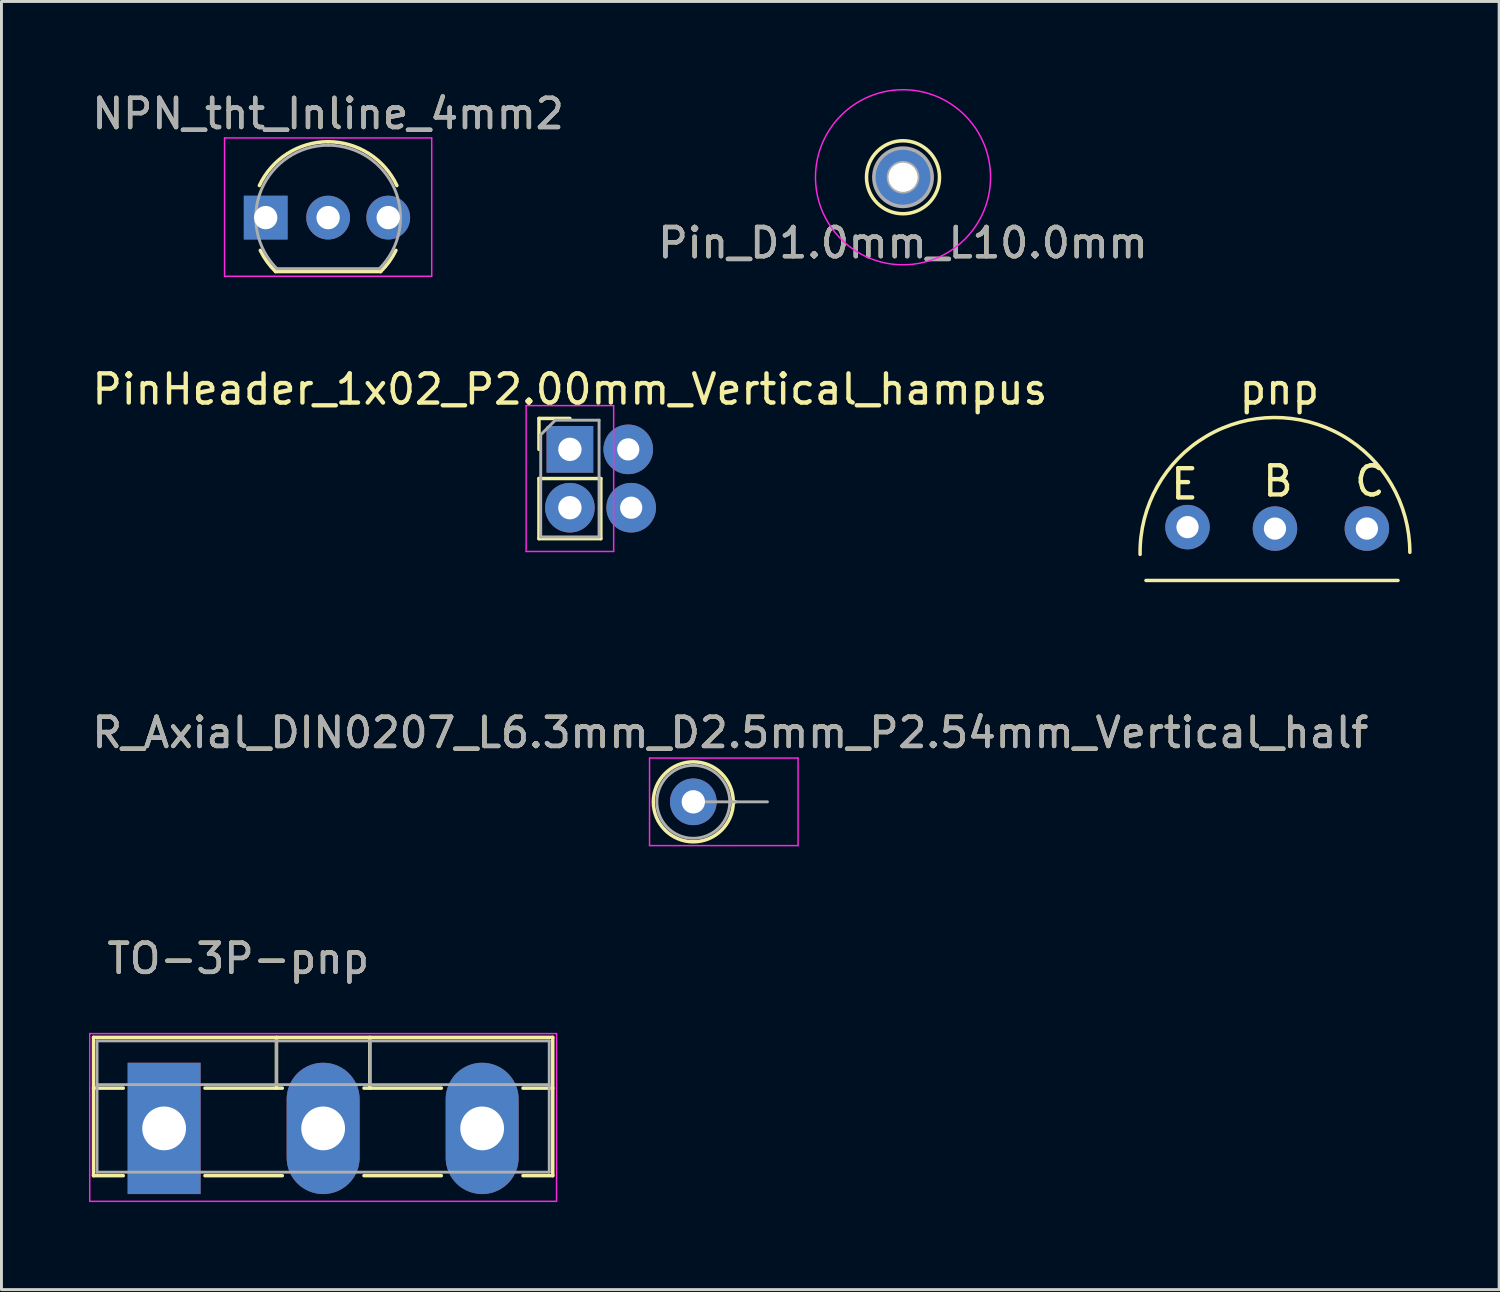
<source format=kicad_pcb>
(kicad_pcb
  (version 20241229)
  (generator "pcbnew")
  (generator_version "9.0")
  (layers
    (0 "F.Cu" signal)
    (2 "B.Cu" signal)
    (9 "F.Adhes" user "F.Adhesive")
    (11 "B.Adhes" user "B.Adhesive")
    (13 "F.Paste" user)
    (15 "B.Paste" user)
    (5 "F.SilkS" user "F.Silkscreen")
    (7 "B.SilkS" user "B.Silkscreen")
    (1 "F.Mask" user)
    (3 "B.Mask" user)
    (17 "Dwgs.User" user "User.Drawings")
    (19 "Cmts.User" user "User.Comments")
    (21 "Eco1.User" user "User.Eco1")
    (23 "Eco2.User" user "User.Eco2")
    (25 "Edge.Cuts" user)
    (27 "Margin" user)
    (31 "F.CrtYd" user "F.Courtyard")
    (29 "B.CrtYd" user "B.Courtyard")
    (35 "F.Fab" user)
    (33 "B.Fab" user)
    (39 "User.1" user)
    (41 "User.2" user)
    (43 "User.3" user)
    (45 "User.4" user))
  (footprint "Pin_D1.0mm_L10.0mm"
    (layer "F.Cu")
    (at 27.899 3.025)
    (property "Reference" "Pin_D1.0mm_L10.0mm" (at 0 2.25 0) (layer "F.SilkS") (effects (font (size 1 1) (thickness 0.15))))
    (attr through_hole)
    (fp_circle (center 0 0) (end 1.25 0.05) (stroke (width 0.12) (type solid)) (fill no) (layer "F.SilkS"))
    (fp_circle (center 0 0) (end 3 0) (stroke (width 0.05) (type solid)) (fill no) (layer "F.CrtYd"))
    (fp_circle (center 0 0) (end 0.5 0) (stroke (width 0.12) (type solid)) (fill no) (layer "F.Fab"))
    (fp_circle (center 0 0) (end 1 0) (stroke (width 0.12) (type solid)) (fill no) (layer "F.Fab"))
    (fp_text user "${REFERENCE}" (at 0 2.25 0) (layer "F.Fab") (effects (font (size 1 1) (thickness 0.15))))
    (pad "1" thru_hole circle (at 0 0) (size 2 2) (drill 1) (layers "*.Cu" "*.Mask")))
  (footprint "R_Axial_DIN0207_L6.3mm_D2.5mm_P2.54mm_Vertical_half"
    (layer "F.Cu")
    (at 20.712 24.431)
    (property "Reference" "R_Axial_DIN0207_L6.3mm_D2.5mm_P2.54mm_Vertical_half" (at 1.27 -2.37 180) (layer "F.SilkS") (effects (font (size 1 1) (thickness 0.15))))
    (attr through_hole)
    (fp_line (start 1.37 0) (end 1.44 0) (stroke (width 0.12) (type solid)) (layer "F.SilkS"))
    (fp_circle (center 0 0) (end 1.37 0) (stroke (width 0.12) (type solid)) (fill no) (layer "F.SilkS"))
    (fp_line (start -1.5 -1.5) (end -1.5 1.5) (stroke (width 0.05) (type solid)) (layer "F.CrtYd"))
    (fp_line (start -1.5 1.5) (end 3.59 1.5) (stroke (width 0.05) (type solid)) (layer "F.CrtYd"))
    (fp_line (start 3.59 -1.5) (end -1.5 -1.5) (stroke (width 0.05) (type solid)) (layer "F.CrtYd"))
    (fp_line (start 3.59 1.5) (end 3.59 -1.5) (stroke (width 0.05) (type solid)) (layer "F.CrtYd"))
    (fp_line (start 0 0) (end 2.54 0) (stroke (width 0.1) (type solid)) (layer "F.Fab"))
    (fp_circle (center 0 0) (end 1.25 0) (stroke (width 0.1) (type solid)) (fill no) (layer "F.Fab"))
    (fp_text user "${REFERENCE}" (at 1.27 -2.37 180) (layer "F.Fab") (effects (font (size 1 1) (thickness 0.15))))
    (pad "1" thru_hole circle (at 0 0) (size 1.6 1.6) (drill 0.8) (layers "*.Cu" "*.Mask")))
  (footprint "PinHeader_1x02_P2.00mm_Vertical_hampus"
    (layer "F.Cu")
    (at 16.482 12.351)
    (property "Reference" "PinHeader_1x02_P2.00mm_Vertical_hampus" (at 0 -2.06 0) (layer "F.SilkS") (effects (font (size 1 1) (thickness 0.15))))
    (attr through_hole)
    (fp_line (start -1.06 -1.06) (end 0 -1.06) (stroke (width 0.12) (type solid)) (layer "F.SilkS"))
    (fp_line (start -1.06 0) (end -1.06 -1.06) (stroke (width 0.12) (type solid)) (layer "F.SilkS"))
    (fp_line (start -1.06 1) (end -1.06 3.06) (stroke (width 0.12) (type solid)) (layer "F.SilkS"))
    (fp_line (start -1.06 1) (end 1.06 1) (stroke (width 0.12) (type solid)) (layer "F.SilkS"))
    (fp_line (start -1.06 3.06) (end 1.06 3.06) (stroke (width 0.12) (type solid)) (layer "F.SilkS"))
    (fp_line (start 1.06 1) (end 1.06 3.06) (stroke (width 0.12) (type solid)) (layer "F.SilkS"))
    (fp_line (start -1.5 -1.5) (end -1.5 3.5) (stroke (width 0.05) (type solid)) (layer "F.CrtYd"))
    (fp_line (start -1.5 3.5) (end 1.5 3.5) (stroke (width 0.05) (type solid)) (layer "F.CrtYd"))
    (fp_line (start 1.5 -1.5) (end -1.5 -1.5) (stroke (width 0.05) (type solid)) (layer "F.CrtYd"))
    (fp_line (start 1.5 3.5) (end 1.5 -1.5) (stroke (width 0.05) (type solid)) (layer "F.CrtYd"))
    (fp_line (start -1 -0.5) (end -0.5 -1) (stroke (width 0.1) (type solid)) (layer "F.Fab"))
    (fp_line (start -1 3) (end -1 -0.5) (stroke (width 0.1) (type solid)) (layer "F.Fab"))
    (fp_line (start -0.5 -1) (end 1 -1) (stroke (width 0.1) (type solid)) (layer "F.Fab"))
    (fp_line (start 1 -1) (end 1 3) (stroke (width 0.1) (type solid)) (layer "F.Fab"))
    (fp_line (start 1 3) (end -1 3) (stroke (width 0.1) (type solid)) (layer "F.Fab"))
    (pad "1" thru_hole rect (at 0 0) (size 1.6 1.6) (drill 0.8) (layers "*.Cu" "*.Mask"))
    (pad "1" thru_hole circle (at 2 0) (size 1.7 1.7) (drill 0.762) (layers "*.Cu" "*.Mask"))
    (pad "1" thru_hole circle (at 2.1 2) (size 1.7 1.7) (drill 0.762) (layers "*.Cu" "*.Mask"))
    (pad "2" thru_hole oval (at 0 2) (size 1.7 1.7) (drill 0.8) (layers "*.Cu" "*.Mask")))
  (footprint "TO-3P-pnp"
    (layer "F.Cu")
    (at 2.575 35.624)
    (property "Reference" "TO-3P-pnp" (at 2.54 -5.82 0) (layer "F.SilkS") (effects (font (size 1 1) (thickness 0.15))))
    (attr through_hole)
    (fp_line (start -2.42 -3.12) (end -2.42 1.62) (stroke (width 0.12) (type solid)) (layer "F.SilkS"))
    (fp_line (start -2.42 -3.12) (end 13.32 -3.12) (stroke (width 0.12) (type solid)) (layer "F.SilkS"))
    (fp_line (start -2.42 -1.38) (end -1.4 -1.38) (stroke (width 0.12) (type solid)) (layer "F.SilkS"))
    (fp_line (start -2.42 1.62) (end -1.4 1.62) (stroke (width 0.12) (type solid)) (layer "F.SilkS"))
    (fp_line (start 1.4 -1.38) (end 4.051 -1.38) (stroke (width 0.12) (type solid)) (layer "F.SilkS"))
    (fp_line (start 1.4 1.62) (end 4.051 1.62) (stroke (width 0.12) (type solid)) (layer "F.SilkS"))
    (fp_line (start 3.85 -3.12) (end 3.85 -1.38) (stroke (width 0.12) (type solid)) (layer "F.SilkS"))
    (fp_line (start 6.85 -1.38) (end 9.5 -1.38) (stroke (width 0.12) (type solid)) (layer "F.SilkS"))
    (fp_line (start 6.85 1.62) (end 9.5 1.62) (stroke (width 0.12) (type solid)) (layer "F.SilkS"))
    (fp_line (start 7.051 -3.12) (end 7.051 -1.38) (stroke (width 0.12) (type solid)) (layer "F.SilkS"))
    (fp_line (start 12.3 -1.38) (end 13.32 -1.38) (stroke (width 0.12) (type solid)) (layer "F.SilkS"))
    (fp_line (start 12.3 1.62) (end 13.32 1.62) (stroke (width 0.12) (type solid)) (layer "F.SilkS"))
    (fp_line (start 13.32 -3.12) (end 13.32 1.62) (stroke (width 0.12) (type solid)) (layer "F.SilkS"))
    (fp_line (start -2.55 -3.25) (end -2.55 2.5) (stroke (width 0.05) (type solid)) (layer "F.CrtYd"))
    (fp_line (start -2.55 2.5) (end 13.45 2.5) (stroke (width 0.05) (type solid)) (layer "F.CrtYd"))
    (fp_line (start 13.45 -3.25) (end -2.55 -3.25) (stroke (width 0.05) (type solid)) (layer "F.CrtYd"))
    (fp_line (start 13.45 2.5) (end 13.45 -3.25) (stroke (width 0.05) (type solid)) (layer "F.CrtYd"))
    (fp_line (start -2.3 -3) (end -2.3 1.5) (stroke (width 0.1) (type solid)) (layer "F.Fab"))
    (fp_line (start -2.3 -1.5) (end 13.2 -1.5) (stroke (width 0.1) (type solid)) (layer "F.Fab"))
    (fp_line (start -2.3 1.5) (end 13.2 1.5) (stroke (width 0.1) (type solid)) (layer "F.Fab"))
    (fp_line (start 3.85 -3) (end 3.85 -1.5) (stroke (width 0.1) (type solid)) (layer "F.Fab"))
    (fp_line (start 7.05 -3) (end 7.05 -1.5) (stroke (width 0.1) (type solid)) (layer "F.Fab"))
    (fp_line (start 13.2 -3) (end -2.3 -3) (stroke (width 0.1) (type solid)) (layer "F.Fab"))
    (fp_line (start 13.2 1.5) (end 13.2 -3) (stroke (width 0.1) (type solid)) (layer "F.Fab"))
    (fp_text user "${REFERENCE}" (at 2.54 -5.82 0) (layer "F.Fab") (effects (font (size 1 1) (thickness 0.15))))
    (pad "1" thru_hole rect (at 0 0) (size 2.5 4.5) (drill 1.5) (layers "*.Cu" "*.Mask"))
    (pad "2" thru_hole oval (at 5.45 0) (size 2.5 4.5) (drill 1.5) (layers "*.Cu" "*.Mask"))
    (pad "3" thru_hole oval (at 10.9 0) (size 2.5 4.5) (drill 1.5) (layers "*.Cu" "*.Mask")))
  (footprint "NPN_tht_Inline_4mm2"
    (layer "F.Cu")
    (at 5.656 4.408)
    (property "Reference" "NPN_tht_Inline_4mm2" (at 2.54 -3.56 0) (layer "F.SilkS") (effects (font (size 1 1) (thickness 0.15))))
    (attr through_hole)
    (fp_line (start 0.74 1.85) (end 4.34 1.85) (stroke (width 0.12) (type solid)) (layer "F.SilkS"))
    (fp_arc (start 0.1836 -1.098807) (mid 1.143021 -2.192817) (end 2.54 -2.6) (stroke (width 0.12) (type solid)) (layer "F.SilkS"))
    (fp_arc (start 0.74 1.85) (mid 0.446097 1.509328) (end 0.215816 1.122795) (stroke (width 0.12) (type solid)) (layer "F.SilkS"))
    (fp_arc (start 2.54 -2.6) (mid 3.936979 -2.192818) (end 4.8964 -1.098807) (stroke (width 0.12) (type solid)) (layer "F.SilkS"))
    (fp_arc (start 4.864184 1.122795) (mid 4.633903 1.509328) (end 4.34 1.85) (stroke (width 0.12) (type solid)) (layer "F.SilkS"))
    (fp_line (start -1.01 -2.73) (end -1.01 2.01) (stroke (width 0.05) (type solid)) (layer "F.CrtYd"))
    (fp_line (start -1.01 -2.73) (end 6.09 -2.73) (stroke (width 0.05) (type solid)) (layer "F.CrtYd"))
    (fp_line (start 6.09 2.01) (end -1.01 2.01) (stroke (width 0.05) (type solid)) (layer "F.CrtYd"))
    (fp_line (start 6.09 2.01) (end 6.09 -2.73) (stroke (width 0.05) (type solid)) (layer "F.CrtYd"))
    (fp_line (start 0.8 1.75) (end 4.3 1.75) (stroke (width 0.1) (type solid)) (layer "F.Fab"))
    (fp_arc (start 0.786375 1.753625) (mid 0.248779 -0.949055) (end 2.54 -2.48) (stroke (width 0.1) (type solid)) (layer "F.Fab"))
    (fp_arc (start 2.54 -2.48) (mid 4.831221 -0.949055) (end 4.293625 1.753625) (stroke (width 0.1) (type solid)) (layer "F.Fab"))
    (fp_text user "${REFERENCE}" (at 2.54 -3.56 0) (layer "F.Fab") (effects (font (size 1 1) (thickness 0.15))))
    (pad "1" thru_hole rect (at 0.4 0 90) (size 1.5 1.5) (drill 0.8) (layers "*.Cu" "*.Mask"))
    (pad "2" thru_hole circle (at 2.54 0 90) (size 1.5 1.5) (drill 0.8) (layers "*.Cu" "*.Mask"))
    (pad "3" thru_hole circle (at 4.6 0 90) (size 1.5 1.5) (drill 0.8) (layers "*.Cu" "*.Mask")))
  (footprint "pnp"
    (layer "F.Cu")
    (at 40.647 17.962)
    (property "Reference" "pnp" (at 0.152 -7.671 0) (layer "F.SilkS") (effects (font (size 1 1) (thickness 0.15))))
    (attr through_hole)
    (fp_line (start -4.42 -1.118) (end 4.216 -1.118) (stroke (width 0.12) (type solid)) (layer "F.SilkS"))
    (fp_arc (start -4.622253 -2.011688) (mid -0.035557 -6.705463) (end 4.6228 -2.0828) (stroke (width 0.12) (type solid)) (layer "F.SilkS"))
    (fp_text user "B" (at 0.102 -4.521 0) (layer "F.SilkS") (effects (font (size 1 1) (thickness 0.15))))
    (fp_text user "E" (at -3.099 -4.42 0) (layer "F.SilkS") (effects (font (size 1 1) (thickness 0.15))))
    (fp_text user "C" (at 3.251 -4.521 0) (layer "F.SilkS") (effects (font (size 1 1) (thickness 0.15))))
    (pad "1" thru_hole circle (at -2.997 -2.946) (size 1.524 1.524) (drill 0.762) (layers "*.Cu" "*.Mask"))
    (pad "2" thru_hole circle (at 0 -2.896) (size 1.524 1.524) (drill 0.762) (layers "*.Cu" "*.Mask"))
    (pad "3" thru_hole circle (at 3.15 -2.896) (size 1.524 1.524) (drill 0.762) (layers "*.Cu" "*.Mask")))
  (gr_rect
    (start -3 -3)
    (end 48.33 41.149)
    (stroke (width 0.1) (type default))
    (fill no)
    (layer "Edge.Cuts")))
</source>
